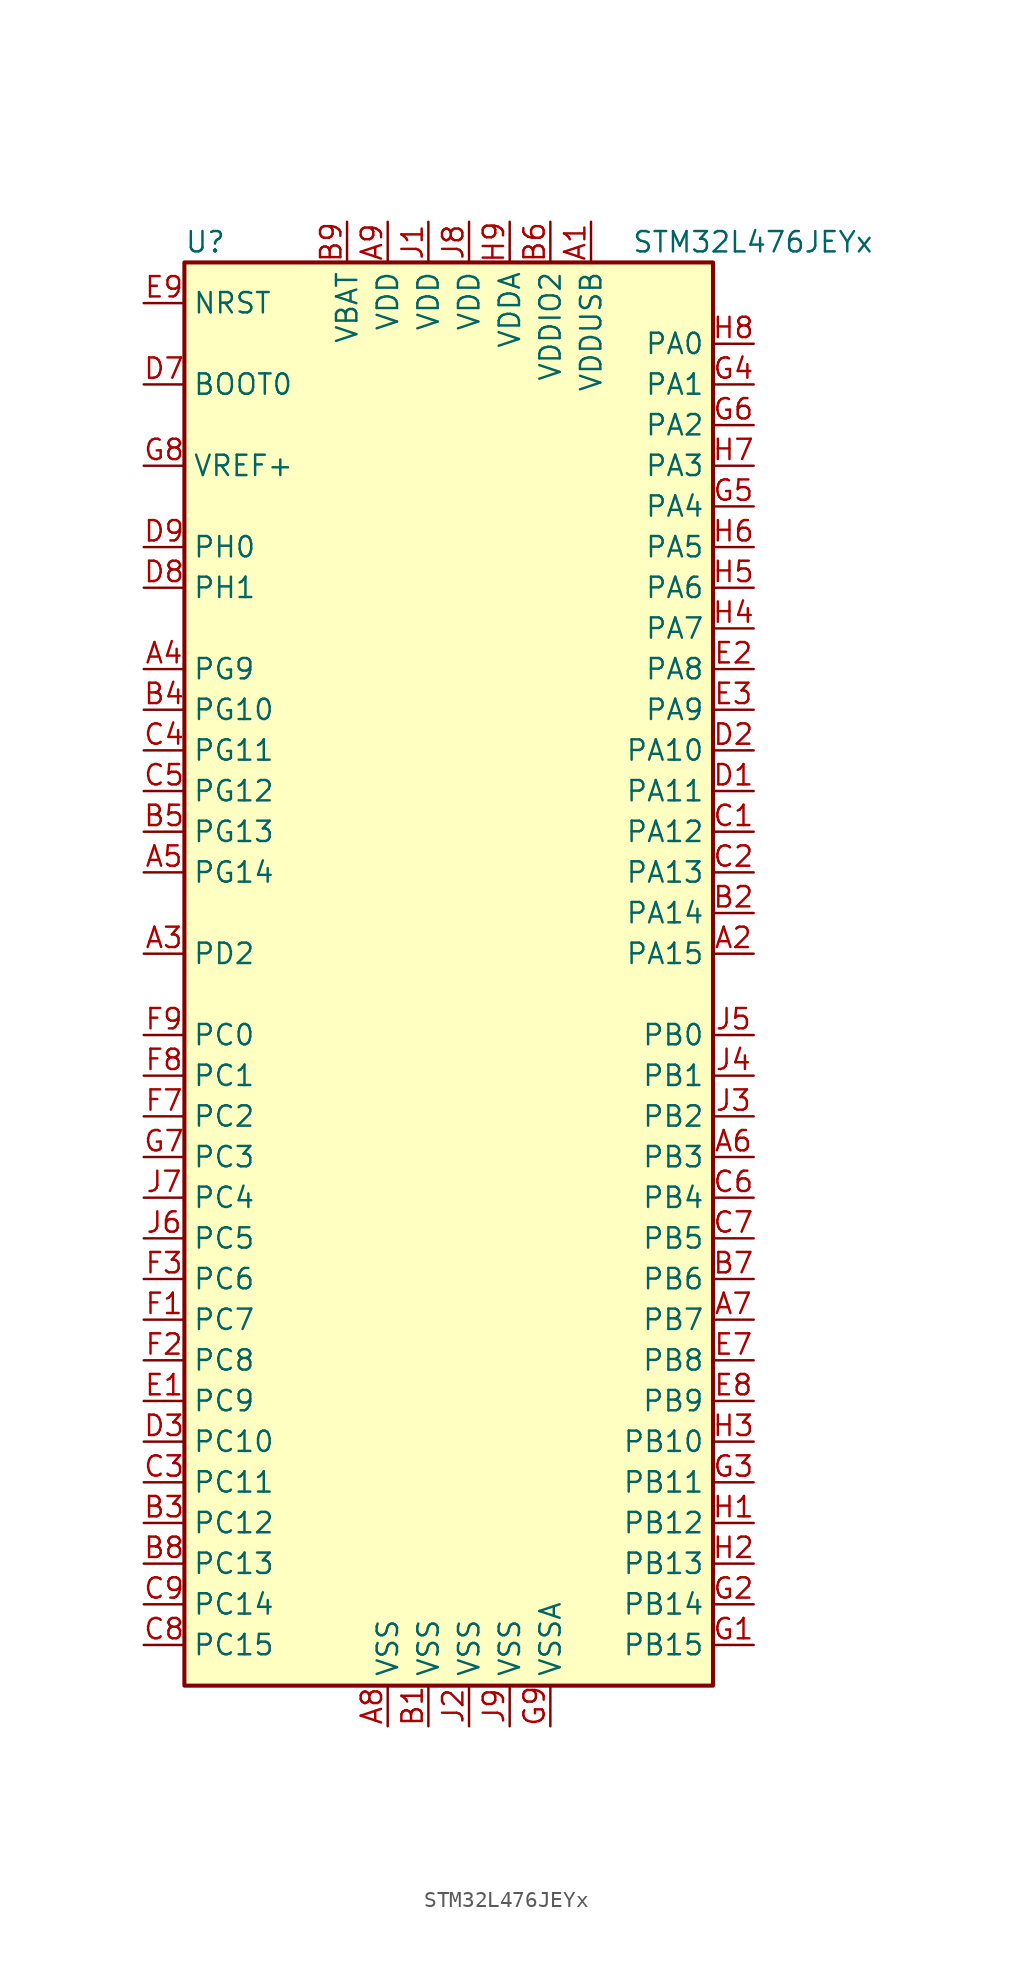
<source format=kicad_sym>
(kicad_symbol_lib
  (version 20211014)
  (generator kicad_symbol_editor)
  (symbol "STM32L476JEYx"
    (property "Reference" "U"
      (at -17.78 44.45 0)
      (effects (font (size 1.27 1.27)) (justify left)))
    (property "Value" "STM32L476JEYx"
      (at 10.16 44.45 0)
      (effects (font (size 1.27 1.27)) (justify left)))
    (symbol "STM32L476JEYx_0_1"
      (rectangle (start -17.78 -45.72) (end 15.24 43.18) (stroke (width 0.254) (type default) (color 0 0 0 0)) (fill (type background))))
    (symbol "STM32L476JEYx_1_1"
      (pin power_in line (at 7.62 45.72 270) (length 2.54) (name "VDDUSB" (effects (font (size 1.27 1.27)))) (number "A1" (effects (font (size 1.27 1.27)))))
      (pin bidirectional line (at 17.78 0 180) (length 2.54) (name "PA15" (effects (font (size 1.27 1.27)))) (number "A2" (effects (font (size 1.27 1.27)))))
      (pin bidirectional line (at -20.32 0 0) (length 2.54) (name "PD2" (effects (font (size 1.27 1.27)))) (number "A3" (effects (font (size 1.27 1.27)))))
      (pin bidirectional line (at -20.32 17.78 0) (length 2.54) (name "PG9" (effects (font (size 1.27 1.27)))) (number "A4" (effects (font (size 1.27 1.27)))))
      (pin bidirectional line (at -20.32 5.08 0) (length 2.54) (name "PG14" (effects (font (size 1.27 1.27)))) (number "A5" (effects (font (size 1.27 1.27)))))
      (pin bidirectional line (at 17.78 -12.7 180) (length 2.54) (name "PB3" (effects (font (size 1.27 1.27)))) (number "A6" (effects (font (size 1.27 1.27)))))
      (pin bidirectional line (at 17.78 -22.86 180) (length 2.54) (name "PB7" (effects (font (size 1.27 1.27)))) (number "A7" (effects (font (size 1.27 1.27)))))
      (pin power_in line (at -5.08 -48.26 90) (length 2.54) (name "VSS" (effects (font (size 1.27 1.27)))) (number "A8" (effects (font (size 1.27 1.27)))))
      (pin power_in line (at -5.08 45.72 270) (length 2.54) (name "VDD" (effects (font (size 1.27 1.27)))) (number "A9" (effects (font (size 1.27 1.27)))))
      (pin power_in line (at -2.54 -48.26 90) (length 2.54) (name "VSS" (effects (font (size 1.27 1.27)))) (number "B1" (effects (font (size 1.27 1.27)))))
      (pin bidirectional line (at 17.78 2.54 180) (length 2.54) (name "PA14" (effects (font (size 1.27 1.27)))) (number "B2" (effects (font (size 1.27 1.27)))))
      (pin bidirectional line (at -20.32 -35.56 0) (length 2.54) (name "PC12" (effects (font (size 1.27 1.27)))) (number "B3" (effects (font (size 1.27 1.27)))))
      (pin bidirectional line (at -20.32 15.24 0) (length 2.54) (name "PG10" (effects (font (size 1.27 1.27)))) (number "B4" (effects (font (size 1.27 1.27)))))
      (pin bidirectional line (at -20.32 7.62 0) (length 2.54) (name "PG13" (effects (font (size 1.27 1.27)))) (number "B5" (effects (font (size 1.27 1.27)))))
      (pin power_in line (at 5.08 45.72 270) (length 2.54) (name "VDDIO2" (effects (font (size 1.27 1.27)))) (number "B6" (effects (font (size 1.27 1.27)))))
      (pin bidirectional line (at 17.78 -20.32 180) (length 2.54) (name "PB6" (effects (font (size 1.27 1.27)))) (number "B7" (effects (font (size 1.27 1.27)))))
      (pin bidirectional line (at -20.32 -38.1 0) (length 2.54) (name "PC13" (effects (font (size 1.27 1.27)))) (number "B8" (effects (font (size 1.27 1.27)))))
      (pin power_in line (at -7.62 45.72 270) (length 2.54) (name "VBAT" (effects (font (size 1.27 1.27)))) (number "B9" (effects (font (size 1.27 1.27)))))
      (pin bidirectional line (at 17.78 7.62 180) (length 2.54) (name "PA12" (effects (font (size 1.27 1.27)))) (number "C1" (effects (font (size 1.27 1.27)))))
      (pin bidirectional line (at 17.78 5.08 180) (length 2.54) (name "PA13" (effects (font (size 1.27 1.27)))) (number "C2" (effects (font (size 1.27 1.27)))))
      (pin bidirectional line (at -20.32 -33.02 0) (length 2.54) (name "PC11" (effects (font (size 1.27 1.27)))) (number "C3" (effects (font (size 1.27 1.27)))))
      (pin bidirectional line (at -20.32 12.7 0) (length 2.54) (name "PG11" (effects (font (size 1.27 1.27)))) (number "C4" (effects (font (size 1.27 1.27)))))
      (pin bidirectional line (at -20.32 10.16 0) (length 2.54) (name "PG12" (effects (font (size 1.27 1.27)))) (number "C5" (effects (font (size 1.27 1.27)))))
      (pin bidirectional line (at 17.78 -15.24 180) (length 2.54) (name "PB4" (effects (font (size 1.27 1.27)))) (number "C6" (effects (font (size 1.27 1.27)))))
      (pin bidirectional line (at 17.78 -17.78 180) (length 2.54) (name "PB5" (effects (font (size 1.27 1.27)))) (number "C7" (effects (font (size 1.27 1.27)))))
      (pin bidirectional line (at -20.32 -43.18 0) (length 2.54) (name "PC15" (effects (font (size 1.27 1.27)))) (number "C8" (effects (font (size 1.27 1.27)))))
      (pin bidirectional line (at -20.32 -40.64 0) (length 2.54) (name "PC14" (effects (font (size 1.27 1.27)))) (number "C9" (effects (font (size 1.27 1.27)))))
      (pin bidirectional line (at 17.78 10.16 180) (length 2.54) (name "PA11" (effects (font (size 1.27 1.27)))) (number "D1" (effects (font (size 1.27 1.27)))))
      (pin bidirectional line (at 17.78 12.7 180) (length 2.54) (name "PA10" (effects (font (size 1.27 1.27)))) (number "D2" (effects (font (size 1.27 1.27)))))
      (pin bidirectional line (at -20.32 -30.48 0) (length 2.54) (name "PC10" (effects (font (size 1.27 1.27)))) (number "D3" (effects (font (size 1.27 1.27)))))
      (pin input line (at -20.32 35.56 0) (length 2.54) (name "BOOT0" (effects (font (size 1.27 1.27)))) (number "D7" (effects (font (size 1.27 1.27)))))
      (pin input line (at -20.32 22.86 0) (length 2.54) (name "PH1" (effects (font (size 1.27 1.27)))) (number "D8" (effects (font (size 1.27 1.27)))))
      (pin input line (at -20.32 25.4 0) (length 2.54) (name "PH0" (effects (font (size 1.27 1.27)))) (number "D9" (effects (font (size 1.27 1.27)))))
      (pin bidirectional line (at -20.32 -27.94 0) (length 2.54) (name "PC9" (effects (font (size 1.27 1.27)))) (number "E1" (effects (font (size 1.27 1.27)))))
      (pin bidirectional line (at 17.78 17.78 180) (length 2.54) (name "PA8" (effects (font (size 1.27 1.27)))) (number "E2" (effects (font (size 1.27 1.27)))))
      (pin bidirectional line (at 17.78 15.24 180) (length 2.54) (name "PA9" (effects (font (size 1.27 1.27)))) (number "E3" (effects (font (size 1.27 1.27)))))
      (pin bidirectional line (at 17.78 -25.4 180) (length 2.54) (name "PB8" (effects (font (size 1.27 1.27)))) (number "E7" (effects (font (size 1.27 1.27)))))
      (pin bidirectional line (at 17.78 -27.94 180) (length 2.54) (name "PB9" (effects (font (size 1.27 1.27)))) (number "E8" (effects (font (size 1.27 1.27)))))
      (pin input line (at -20.32 40.64 0) (length 2.54) (name "NRST" (effects (font (size 1.27 1.27)))) (number "E9" (effects (font (size 1.27 1.27)))))
      (pin bidirectional line (at -20.32 -22.86 0) (length 2.54) (name "PC7" (effects (font (size 1.27 1.27)))) (number "F1" (effects (font (size 1.27 1.27)))))
      (pin bidirectional line (at -20.32 -25.4 0) (length 2.54) (name "PC8" (effects (font (size 1.27 1.27)))) (number "F2" (effects (font (size 1.27 1.27)))))
      (pin bidirectional line (at -20.32 -20.32 0) (length 2.54) (name "PC6" (effects (font (size 1.27 1.27)))) (number "F3" (effects (font (size 1.27 1.27)))))
      (pin bidirectional line (at -20.32 -10.16 0) (length 2.54) (name "PC2" (effects (font (size 1.27 1.27)))) (number "F7" (effects (font (size 1.27 1.27)))))
      (pin bidirectional line (at -20.32 -7.62 0) (length 2.54) (name "PC1" (effects (font (size 1.27 1.27)))) (number "F8" (effects (font (size 1.27 1.27)))))
      (pin bidirectional line (at -20.32 -5.08 0) (length 2.54) (name "PC0" (effects (font (size 1.27 1.27)))) (number "F9" (effects (font (size 1.27 1.27)))))
      (pin bidirectional line (at 17.78 -43.18 180) (length 2.54) (name "PB15" (effects (font (size 1.27 1.27)))) (number "G1" (effects (font (size 1.27 1.27)))))
      (pin bidirectional line (at 17.78 -40.64 180) (length 2.54) (name "PB14" (effects (font (size 1.27 1.27)))) (number "G2" (effects (font (size 1.27 1.27)))))
      (pin bidirectional line (at 17.78 -33.02 180) (length 2.54) (name "PB11" (effects (font (size 1.27 1.27)))) (number "G3" (effects (font (size 1.27 1.27)))))
      (pin bidirectional line (at 17.78 35.56 180) (length 2.54) (name "PA1" (effects (font (size 1.27 1.27)))) (number "G4" (effects (font (size 1.27 1.27)))))
      (pin bidirectional line (at 17.78 27.94 180) (length 2.54) (name "PA4" (effects (font (size 1.27 1.27)))) (number "G5" (effects (font (size 1.27 1.27)))))
      (pin bidirectional line (at 17.78 33.02 180) (length 2.54) (name "PA2" (effects (font (size 1.27 1.27)))) (number "G6" (effects (font (size 1.27 1.27)))))
      (pin bidirectional line (at -20.32 -12.7 0) (length 2.54) (name "PC3" (effects (font (size 1.27 1.27)))) (number "G7" (effects (font (size 1.27 1.27)))))
      (pin bidirectional line (at -20.32 30.48 0) (length 2.54) (name "VREF+" (effects (font (size 1.27 1.27)))) (number "G8" (effects (font (size 1.27 1.27)))))
      (pin power_in line (at 5.08 -48.26 90) (length 2.54) (name "VSSA" (effects (font (size 1.27 1.27)))) (number "G9" (effects (font (size 1.27 1.27)))))
      (pin bidirectional line (at 17.78 -35.56 180) (length 2.54) (name "PB12" (effects (font (size 1.27 1.27)))) (number "H1" (effects (font (size 1.27 1.27)))))
      (pin bidirectional line (at 17.78 -38.1 180) (length 2.54) (name "PB13" (effects (font (size 1.27 1.27)))) (number "H2" (effects (font (size 1.27 1.27)))))
      (pin bidirectional line (at 17.78 -30.48 180) (length 2.54) (name "PB10" (effects (font (size 1.27 1.27)))) (number "H3" (effects (font (size 1.27 1.27)))))
      (pin bidirectional line (at 17.78 20.32 180) (length 2.54) (name "PA7" (effects (font (size 1.27 1.27)))) (number "H4" (effects (font (size 1.27 1.27)))))
      (pin bidirectional line (at 17.78 22.86 180) (length 2.54) (name "PA6" (effects (font (size 1.27 1.27)))) (number "H5" (effects (font (size 1.27 1.27)))))
      (pin bidirectional line (at 17.78 25.4 180) (length 2.54) (name "PA5" (effects (font (size 1.27 1.27)))) (number "H6" (effects (font (size 1.27 1.27)))))
      (pin bidirectional line (at 17.78 30.48 180) (length 2.54) (name "PA3" (effects (font (size 1.27 1.27)))) (number "H7" (effects (font (size 1.27 1.27)))))
      (pin bidirectional line (at 17.78 38.1 180) (length 2.54) (name "PA0" (effects (font (size 1.27 1.27)))) (number "H8" (effects (font (size 1.27 1.27)))))
      (pin power_in line (at 2.54 45.72 270) (length 2.54) (name "VDDA" (effects (font (size 1.27 1.27)))) (number "H9" (effects (font (size 1.27 1.27)))))
      (pin power_in line (at -2.54 45.72 270) (length 2.54) (name "VDD" (effects (font (size 1.27 1.27)))) (number "J1" (effects (font (size 1.27 1.27)))))
      (pin power_in line (at 0 -48.26 90) (length 2.54) (name "VSS" (effects (font (size 1.27 1.27)))) (number "J2" (effects (font (size 1.27 1.27)))))
      (pin bidirectional line (at 17.78 -10.16 180) (length 2.54) (name "PB2" (effects (font (size 1.27 1.27)))) (number "J3" (effects (font (size 1.27 1.27)))))
      (pin bidirectional line (at 17.78 -7.62 180) (length 2.54) (name "PB1" (effects (font (size 1.27 1.27)))) (number "J4" (effects (font (size 1.27 1.27)))))
      (pin bidirectional line (at 17.78 -5.08 180) (length 2.54) (name "PB0" (effects (font (size 1.27 1.27)))) (number "J5" (effects (font (size 1.27 1.27)))))
      (pin bidirectional line (at -20.32 -17.78 0) (length 2.54) (name "PC5" (effects (font (size 1.27 1.27)))) (number "J6" (effects (font (size 1.27 1.27)))))
      (pin bidirectional line (at -20.32 -15.24 0) (length 2.54) (name "PC4" (effects (font (size 1.27 1.27)))) (number "J7" (effects (font (size 1.27 1.27)))))
      (pin power_in line (at 0 45.72 270) (length 2.54) (name "VDD" (effects (font (size 1.27 1.27)))) (number "J8" (effects (font (size 1.27 1.27)))))
      (pin power_in line (at 2.54 -48.26 90) (length 2.54) (name "VSS" (effects (font (size 1.27 1.27)))) (number "J9" (effects (font (size 1.27 1.27))))))))
</source>
